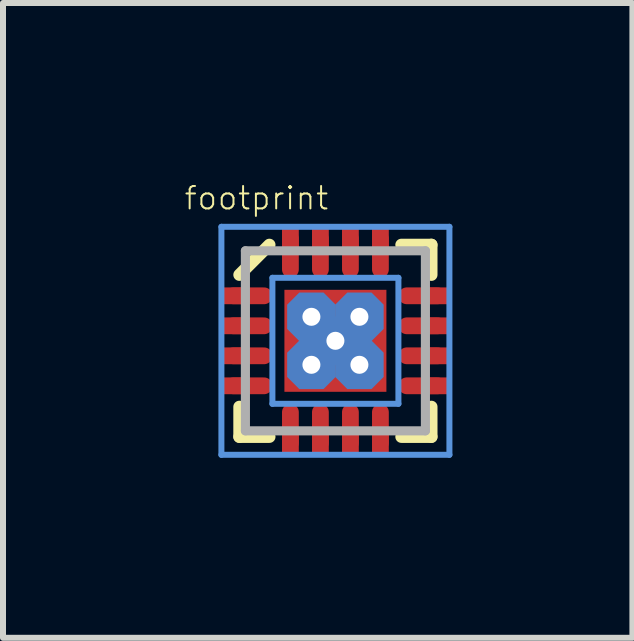
<source format=kicad_pcb>
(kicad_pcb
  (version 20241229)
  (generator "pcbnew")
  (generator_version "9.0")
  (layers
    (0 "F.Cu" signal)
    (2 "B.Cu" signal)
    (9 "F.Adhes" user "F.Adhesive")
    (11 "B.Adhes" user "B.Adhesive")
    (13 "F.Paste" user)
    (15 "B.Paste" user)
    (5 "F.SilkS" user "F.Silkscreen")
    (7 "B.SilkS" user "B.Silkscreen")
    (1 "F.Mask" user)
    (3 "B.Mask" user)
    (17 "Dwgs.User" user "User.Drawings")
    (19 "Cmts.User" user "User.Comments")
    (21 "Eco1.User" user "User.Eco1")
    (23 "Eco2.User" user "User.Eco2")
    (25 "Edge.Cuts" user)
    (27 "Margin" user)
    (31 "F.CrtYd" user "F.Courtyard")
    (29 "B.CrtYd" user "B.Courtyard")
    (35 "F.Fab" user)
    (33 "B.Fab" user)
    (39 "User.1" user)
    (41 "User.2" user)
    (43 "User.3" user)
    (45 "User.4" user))
  (footprint "footprint"
    (layer "F.Cu")
    (at 2.54 2.63)
    (property "Reference" "footprint" (at -2.54 -2.159 0) (layer "F.SilkS") (effects (font (size 0.374 0.374) (thickness 0.033)) (justify left bottom)))
    (fp_line (start -1.19 -0.75) (end -1.7 -0.75) (stroke (width 0.28) (type solid)) (layer "F.Cu"))
    (fp_line (start -1.19 -0.25) (end -1.7 -0.25) (stroke (width 0.28) (type solid)) (layer "F.Cu"))
    (fp_line (start -1.19 0.25) (end -1.7 0.25) (stroke (width 0.28) (type solid)) (layer "F.Cu"))
    (fp_line (start -1.19 0.75) (end -1.7 0.75) (stroke (width 0.28) (type solid)) (layer "F.Cu"))
    (fp_line (start -0.75 -1.7) (end -0.75 -1.19) (stroke (width 0.28) (type solid)) (layer "F.Cu"))
    (fp_line (start -0.75 1.7) (end -0.75 1.19) (stroke (width 0.28) (type solid)) (layer "F.Cu"))
    (fp_line (start -0.25 -1.7) (end -0.25 -1.19) (stroke (width 0.28) (type solid)) (layer "F.Cu"))
    (fp_line (start -0.25 1.7) (end -0.25 1.19) (stroke (width 0.28) (type solid)) (layer "F.Cu"))
    (fp_line (start 0.25 -1.7) (end 0.25 -1.19) (stroke (width 0.28) (type solid)) (layer "F.Cu"))
    (fp_line (start 0.25 1.7) (end 0.25 1.19) (stroke (width 0.28) (type solid)) (layer "F.Cu"))
    (fp_line (start 0.75 -1.7) (end 0.75 -1.19) (stroke (width 0.28) (type solid)) (layer "F.Cu"))
    (fp_line (start 0.75 1.7) (end 0.75 1.19) (stroke (width 0.28) (type solid)) (layer "F.Cu"))
    (fp_line (start 1.19 -0.75) (end 1.7 -0.75) (stroke (width 0.28) (type solid)) (layer "F.Cu"))
    (fp_line (start 1.19 -0.25) (end 1.7 -0.25) (stroke (width 0.28) (type solid)) (layer "F.Cu"))
    (fp_line (start 1.19 0.25) (end 1.7 0.25) (stroke (width 0.28) (type solid)) (layer "F.Cu"))
    (fp_line (start 1.19 0.75) (end 1.7 0.75) (stroke (width 0.28) (type solid)) (layer "F.Cu"))
    (fp_poly (pts (xy -0.93 0.92) (xy 0.91 0.92) (xy 0.91 -0.92) (xy -0.93 -0.92)) (stroke (width 0) (type solid)) (fill yes) (layer "F.Mask"))
    (fp_poly (pts (xy -1.082 -0.436) (xy -0.98 -0.27) (xy -0.98 -0.22) (xy -1.007 -0.128) (xy -1.077 -0.062) (xy -1.17 -0.04) (xy -1.9 -0.04) (xy -1.9 -0.46) (xy -1.18 -0.46)) (stroke (width 0) (type solid)) (fill yes) (layer "F.Mask"))
    (fp_poly (pts (xy -1.082 0.564) (xy -0.98 0.73) (xy -0.98 0.78) (xy -1.007 0.872) (xy -1.077 0.938) (xy -1.17 0.96) (xy -1.9 0.96) (xy -1.9 0.54) (xy -1.18 0.54)) (stroke (width 0) (type solid)) (fill yes) (layer "F.Mask"))
    (fp_poly (pts (xy -0.54 -1.18) (xy -0.564 -1.082) (xy -0.633 -1.009) (xy -0.73 -0.98) (xy -0.78 -0.98) (xy -0.872 -1.007) (xy -0.96 -1.17) (xy -0.96 -1.9) (xy -0.54 -1.9)) (stroke (width 0) (type solid)) (fill yes) (layer "F.Mask"))
    (fp_poly (pts (xy -0.128 1.007) (xy -0.04 1.17) (xy -0.04 1.9) (xy -0.46 1.9) (xy -0.46 1.18) (xy -0.436 1.082) (xy -0.367 1.009) (xy -0.27 0.98) (xy -0.22 0.98)) (stroke (width 0) (type solid)) (fill yes) (layer "F.Mask"))
    (fp_poly (pts (xy 0.46 -1.18) (xy 0.436 -1.082) (xy 0.367 -1.009) (xy 0.27 -0.98) (xy 0.22 -0.98) (xy 0.128 -1.007) (xy 0.04 -1.17) (xy 0.04 -1.9) (xy 0.46 -1.9)) (stroke (width 0) (type solid)) (fill yes) (layer "F.Mask"))
    (fp_poly (pts (xy 0.872 1.007) (xy 0.96 1.17) (xy 0.96 1.9) (xy 0.54 1.9) (xy 0.54 1.18) (xy 0.564 1.082) (xy 0.633 1.009) (xy 0.73 0.98) (xy 0.78 0.98)) (stroke (width 0) (type solid)) (fill yes) (layer "F.Mask"))
    (fp_poly (pts (xy -1.075 -0.935) (xy -1.005 -0.865) (xy -0.98 -0.77) (xy -0.98 -0.72) (xy -1.004 -0.63) (xy -1.07 -0.564) (xy -1.16 -0.54) (xy -1.9 -0.54) (xy -1.9 -0.96) (xy -1.17 -0.96)) (stroke (width 0) (type solid)) (fill yes) (layer "F.Mask"))
    (fp_poly (pts (xy -1.075 0.065) (xy -1.005 0.135) (xy -0.98 0.23) (xy -0.98 0.28) (xy -1.004 0.37) (xy -1.07 0.436) (xy -1.16 0.46) (xy -1.9 0.46) (xy -1.9 0.04) (xy -1.17 0.04)) (stroke (width 0) (type solid)) (fill yes) (layer "F.Mask"))
    (fp_poly (pts (xy -0.63 1.004) (xy -0.564 1.07) (xy -0.54 1.16) (xy -0.54 1.9) (xy -0.96 1.9) (xy -0.96 1.17) (xy -0.935 1.075) (xy -0.865 1.005) (xy -0.77 0.98) (xy -0.72 0.98)) (stroke (width 0) (type solid)) (fill yes) (layer "F.Mask"))
    (fp_poly (pts (xy -0.04 -1.17) (xy -0.065 -1.075) (xy -0.135 -1.005) (xy -0.23 -0.98) (xy -0.28 -0.98) (xy -0.37 -1.004) (xy -0.436 -1.07) (xy -0.46 -1.16) (xy -0.46 -1.9) (xy -0.04 -1.9)) (stroke (width 0) (type solid)) (fill yes) (layer "F.Mask"))
    (fp_poly (pts (xy 0.37 1.004) (xy 0.436 1.07) (xy 0.46 1.16) (xy 0.46 1.9) (xy 0.04 1.9) (xy 0.04 1.17) (xy 0.065 1.075) (xy 0.135 1.005) (xy 0.23 0.98) (xy 0.28 0.98)) (stroke (width 0) (type solid)) (fill yes) (layer "F.Mask"))
    (fp_poly (pts (xy 0.96 -1.17) (xy 0.935 -1.075) (xy 0.865 -1.005) (xy 0.77 -0.98) (xy 0.72 -0.98) (xy 0.63 -1.004) (xy 0.564 -1.07) (xy 0.54 -1.16) (xy 0.54 -1.9) (xy 0.96 -1.9)) (stroke (width 0) (type solid)) (fill yes) (layer "F.Mask"))
    (fp_poly (pts (xy 1.9 -0.54) (xy 1.18 -0.54) (xy 1.082 -0.564) (xy 1.009 -0.633) (xy 0.98 -0.73) (xy 0.98 -0.78) (xy 1.007 -0.872) (xy 1.077 -0.938) (xy 1.17 -0.96) (xy 1.9 -0.96)) (stroke (width 0) (type solid)) (fill yes) (layer "F.Mask"))
    (fp_poly (pts (xy 1.9 -0.04) (xy 1.17 -0.04) (xy 1.075 -0.065) (xy 1.005 -0.135) (xy 0.98 -0.23) (xy 0.98 -0.28) (xy 1.004 -0.37) (xy 1.07 -0.436) (xy 1.16 -0.46) (xy 1.9 -0.46)) (stroke (width 0) (type solid)) (fill yes) (layer "F.Mask"))
    (fp_poly (pts (xy 1.9 0.46) (xy 1.18 0.46) (xy 1.082 0.436) (xy 1.009 0.367) (xy 0.98 0.27) (xy 0.98 0.22) (xy 1.007 0.128) (xy 1.077 0.062) (xy 1.17 0.04) (xy 1.9 0.04)) (stroke (width 0) (type solid)) (fill yes) (layer "F.Mask"))
    (fp_poly (pts (xy 1.9 0.96) (xy 1.17 0.96) (xy 1.075 0.935) (xy 1.005 0.865) (xy 0.98 0.77) (xy 0.98 0.72) (xy 1.004 0.63) (xy 1.07 0.564) (xy 1.16 0.54) (xy 1.9 0.54)) (stroke (width 0) (type solid)) (fill yes) (layer "F.Mask"))
    (fp_line (start -1.6 -1.1) (end -1.1 -1.6) (stroke (width 0.203) (type solid)) (layer "F.SilkS"))
    (fp_line (start -1.6 1.6) (end -1.6 1.1) (stroke (width 0.203) (type solid)) (layer "F.SilkS"))
    (fp_line (start -1.1 1.6) (end -1.6 1.6) (stroke (width 0.203) (type solid)) (layer "F.SilkS"))
    (fp_line (start 1.1 -1.6) (end 1.6 -1.6) (stroke (width 0.203) (type solid)) (layer "F.SilkS"))
    (fp_line (start 1.6 -1.6) (end 1.6 -1.1) (stroke (width 0.203) (type solid)) (layer "F.SilkS"))
    (fp_line (start 1.6 1.1) (end 1.6 1.6) (stroke (width 0.203) (type solid)) (layer "F.SilkS"))
    (fp_line (start 1.6 1.6) (end 1.1 1.6) (stroke (width 0.203) (type solid)) (layer "F.SilkS"))
    (fp_poly (pts (xy -0.8 -0.1) (xy -0.1 -0.1) (xy -0.1 -0.8) (xy -0.8 -0.8)) (stroke (width 0) (type solid)) (fill yes) (layer "F.Paste"))
    (fp_poly (pts (xy -0.8 0.8) (xy -0.1 0.8) (xy -0.1 0.1) (xy -0.8 0.1)) (stroke (width 0) (type solid)) (fill yes) (layer "F.Paste"))
    (fp_poly (pts (xy 0.1 -0.1) (xy 0.8 -0.1) (xy 0.8 -0.8) (xy 0.1 -0.8)) (stroke (width 0) (type solid)) (fill yes) (layer "F.Paste"))
    (fp_poly (pts (xy 0.1 0.8) (xy 0.8 0.8) (xy 0.8 0.1) (xy 0.1 0.1)) (stroke (width 0) (type solid)) (fill yes) (layer "F.Paste"))
    (fp_poly (pts (xy -1.157 -0.85) (xy -1.115 -0.807) (xy -1.1 -0.75) (xy -1.115 -0.693) (xy -1.157 -0.65) (xy -1.215 -0.635) (xy -1.9 -0.635) (xy -1.9 -0.865) (xy -1.215 -0.865)) (stroke (width 0) (type solid)) (fill yes) (layer "F.Paste"))
    (fp_poly (pts (xy -1.157 -0.35) (xy -1.115 -0.307) (xy -1.1 -0.25) (xy -1.115 -0.193) (xy -1.157 -0.15) (xy -1.215 -0.135) (xy -1.9 -0.135) (xy -1.9 -0.365) (xy -1.215 -0.365)) (stroke (width 0) (type solid)) (fill yes) (layer "F.Paste"))
    (fp_poly (pts (xy -1.157 0.15) (xy -1.115 0.193) (xy -1.1 0.25) (xy -1.115 0.307) (xy -1.157 0.35) (xy -1.215 0.365) (xy -1.9 0.365) (xy -1.9 0.135) (xy -1.215 0.135)) (stroke (width 0) (type solid)) (fill yes) (layer "F.Paste"))
    (fp_poly (pts (xy -1.157 0.65) (xy -1.115 0.693) (xy -1.1 0.75) (xy -1.115 0.807) (xy -1.157 0.85) (xy -1.215 0.865) (xy -1.9 0.865) (xy -1.9 0.635) (xy -1.215 0.635)) (stroke (width 0) (type solid)) (fill yes) (layer "F.Paste"))
    (fp_poly (pts (xy -0.693 1.115) (xy -0.65 1.157) (xy -0.635 1.215) (xy -0.635 1.9) (xy -0.865 1.9) (xy -0.865 1.215) (xy -0.85 1.157) (xy -0.807 1.115) (xy -0.75 1.1)) (stroke (width 0) (type solid)) (fill yes) (layer "F.Paste"))
    (fp_poly (pts (xy -0.635 -1.215) (xy -0.65 -1.157) (xy -0.693 -1.115) (xy -0.75 -1.1) (xy -0.807 -1.115) (xy -0.85 -1.157) (xy -0.865 -1.215) (xy -0.865 -1.9) (xy -0.635 -1.9)) (stroke (width 0) (type solid)) (fill yes) (layer "F.Paste"))
    (fp_poly (pts (xy -0.193 1.115) (xy -0.15 1.157) (xy -0.135 1.215) (xy -0.135 1.9) (xy -0.365 1.9) (xy -0.365 1.215) (xy -0.35 1.157) (xy -0.307 1.115) (xy -0.25 1.1)) (stroke (width 0) (type solid)) (fill yes) (layer "F.Paste"))
    (fp_poly (pts (xy -0.135 -1.215) (xy -0.15 -1.157) (xy -0.193 -1.115) (xy -0.25 -1.1) (xy -0.307 -1.115) (xy -0.35 -1.157) (xy -0.365 -1.215) (xy -0.365 -1.9) (xy -0.135 -1.9)) (stroke (width 0) (type solid)) (fill yes) (layer "F.Paste"))
    (fp_poly (pts (xy 0.307 1.115) (xy 0.35 1.157) (xy 0.365 1.215) (xy 0.365 1.9) (xy 0.135 1.9) (xy 0.135 1.215) (xy 0.15 1.157) (xy 0.193 1.115) (xy 0.25 1.1)) (stroke (width 0) (type solid)) (fill yes) (layer "F.Paste"))
    (fp_poly (pts (xy 0.365 -1.215) (xy 0.35 -1.157) (xy 0.307 -1.115) (xy 0.25 -1.1) (xy 0.193 -1.115) (xy 0.15 -1.157) (xy 0.135 -1.215) (xy 0.135 -1.9) (xy 0.365 -1.9)) (stroke (width 0) (type solid)) (fill yes) (layer "F.Paste"))
    (fp_poly (pts (xy 0.807 1.115) (xy 0.85 1.157) (xy 0.865 1.215) (xy 0.865 1.9) (xy 0.635 1.9) (xy 0.635 1.215) (xy 0.65 1.157) (xy 0.693 1.115) (xy 0.75 1.1)) (stroke (width 0) (type solid)) (fill yes) (layer "F.Paste"))
    (fp_poly (pts (xy 0.865 -1.215) (xy 0.85 -1.157) (xy 0.807 -1.115) (xy 0.75 -1.1) (xy 0.693 -1.115) (xy 0.65 -1.157) (xy 0.635 -1.215) (xy 0.635 -1.9) (xy 0.865 -1.9)) (stroke (width 0) (type solid)) (fill yes) (layer "F.Paste"))
    (fp_poly (pts (xy 1.9 -0.635) (xy 1.215 -0.635) (xy 1.157 -0.65) (xy 1.115 -0.693) (xy 1.1 -0.75) (xy 1.115 -0.807) (xy 1.157 -0.85) (xy 1.215 -0.865) (xy 1.9 -0.865)) (stroke (width 0) (type solid)) (fill yes) (layer "F.Paste"))
    (fp_poly (pts (xy 1.9 -0.135) (xy 1.215 -0.135) (xy 1.157 -0.15) (xy 1.115 -0.193) (xy 1.1 -0.25) (xy 1.115 -0.307) (xy 1.157 -0.35) (xy 1.215 -0.365) (xy 1.9 -0.365)) (stroke (width 0) (type solid)) (fill yes) (layer "F.Paste"))
    (fp_poly (pts (xy 1.9 0.365) (xy 1.215 0.365) (xy 1.157 0.35) (xy 1.115 0.307) (xy 1.1 0.25) (xy 1.115 0.193) (xy 1.157 0.15) (xy 1.215 0.135) (xy 1.9 0.135)) (stroke (width 0) (type solid)) (fill yes) (layer "F.Paste"))
    (fp_poly (pts (xy 1.9 0.865) (xy 1.215 0.865) (xy 1.157 0.85) (xy 1.115 0.807) (xy 1.1 0.75) (xy 1.115 0.693) (xy 1.157 0.65) (xy 1.215 0.635) (xy 1.9 0.635)) (stroke (width 0) (type solid)) (fill yes) (layer "F.Paste"))
    (fp_line (start -1.9 -1.9) (end -1.9 1.9) (stroke (width 0.1) (type solid)) (layer "Cmts.User"))
    (fp_line (start -1.9 -1.9) (end 1.9 -1.9) (stroke (width 0.1) (type solid)) (layer "Cmts.User"))
    (fp_line (start -1.9 1.9) (end 1.9 1.9) (stroke (width 0.1) (type solid)) (layer "Cmts.User"))
    (fp_line (start -1.05 -1.05) (end -1.05 1.05) (stroke (width 0.1) (type solid)) (layer "Cmts.User"))
    (fp_line (start -1.05 -1.05) (end 1.05 -1.05) (stroke (width 0.1) (type solid)) (layer "Cmts.User"))
    (fp_line (start -1.05 1.05) (end 1.05 1.05) (stroke (width 0.1) (type solid)) (layer "Cmts.User"))
    (fp_line (start 1.05 -1.05) (end 1.05 1.05) (stroke (width 0.1) (type solid)) (layer "Cmts.User"))
    (fp_line (start 1.9 -1.9) (end 1.9 1.9) (stroke (width 0.1) (type solid)) (layer "Cmts.User"))
    (fp_line (start -1.5 -1.5) (end -1.5 1.5) (stroke (width 0.152) (type solid)) (layer "F.Fab"))
    (fp_line (start -1.5 1.5) (end 1.5 1.5) (stroke (width 0.152) (type solid)) (layer "F.Fab"))
    (fp_line (start 1.5 -1.5) (end -1.5 -1.5) (stroke (width 0.152) (type solid)) (layer "F.Fab"))
    (fp_line (start 1.5 1.5) (end 1.5 -1.5) (stroke (width 0.152) (type solid)) (layer "F.Fab"))
    (pad "1" smd rect (at -1.7 -0.75) (size 0.4 0.28) (layers "F.Cu"))
    (pad "2" smd rect (at -1.7 -0.25) (size 0.4 0.28) (layers "F.Cu"))
    (pad "3" smd rect (at -1.7 0.25) (size 0.4 0.28) (layers "F.Cu"))
    (pad "4" smd rect (at -1.7 0.75) (size 0.4 0.28) (layers "F.Cu"))
    (pad "5" smd rect (at -0.75 1.7 270) (size 0.4 0.28) (layers "F.Cu"))
    (pad "6" smd rect (at -0.25 1.7 270) (size 0.4 0.28) (layers "F.Cu"))
    (pad "7" smd rect (at 0.25 1.7 270) (size 0.4 0.28) (layers "F.Cu"))
    (pad "8" smd rect (at 0.75 1.7 270) (size 0.4 0.28) (layers "F.Cu"))
    (pad "9" smd rect (at 1.7 0.75) (size 0.4 0.28) (layers "F.Cu"))
    (pad "10" smd rect (at 1.7 0.25) (size 0.4 0.28) (layers "F.Cu"))
    (pad "11" smd rect (at 1.7 -0.25) (size 0.4 0.28) (layers "F.Cu"))
    (pad "12" smd rect (at 1.7 -0.75) (size 0.4 0.28) (layers "F.Cu"))
    (pad "13" smd rect (at 0.75 -1.7 90) (size 0.4 0.28) (layers "F.Cu"))
    (pad "14" smd rect (at 0.25 -1.7 90) (size 0.4 0.28) (layers "F.Cu"))
    (pad "15" smd rect (at -0.25 -1.7 270) (size 0.4 0.28) (layers "F.Cu"))
    (pad "16" smd rect (at -0.75 -1.7 90) (size 0.4 0.28) (layers "F.Cu"))
    (pad "EXT@1" smd rect (at 0 0 180) (size 1.7 1.7) (layers "F.Cu"))
    (pad "EXT@2" thru_hole roundrect (at -0.4 -0.4) (size 0.808 0.808) (drill 0.3) (layers "*.Cu") (roundrect_rratio 0.25) (chamfer_ratio 0.25) (chamfer top_left top_right bottom_left bottom_right))
    (pad "EXT@3" thru_hole roundrect (at 0.4 -0.4) (size 0.808 0.808) (drill 0.3) (layers "*.Cu") (roundrect_rratio 0.25) (chamfer_ratio 0.25) (chamfer top_left top_right bottom_left bottom_right))
    (pad "EXT@4" thru_hole roundrect (at 0 0) (size 0.808 0.808) (drill 0.3) (layers "*.Cu") (roundrect_rratio 0.25) (chamfer_ratio 0.25) (chamfer top_left top_right bottom_left bottom_right))
    (pad "EXT@5" thru_hole roundrect (at -0.4 0.4) (size 0.808 0.808) (drill 0.3) (layers "*.Cu") (roundrect_rratio 0.25) (chamfer_ratio 0.25) (chamfer top_left top_right bottom_left bottom_right))
    (pad "EXT@6" thru_hole roundrect (at 0.4 0.4) (size 0.808 0.808) (drill 0.3) (layers "*.Cu") (roundrect_rratio 0.25) (chamfer_ratio 0.25) (chamfer top_left top_right bottom_left bottom_right)))
  (gr_rect
    (start -3 -3)
    (end 7.49 7.58)
    (stroke (width 0.1) (type default))
    (fill no)
    (layer "Edge.Cuts")))
</source>
